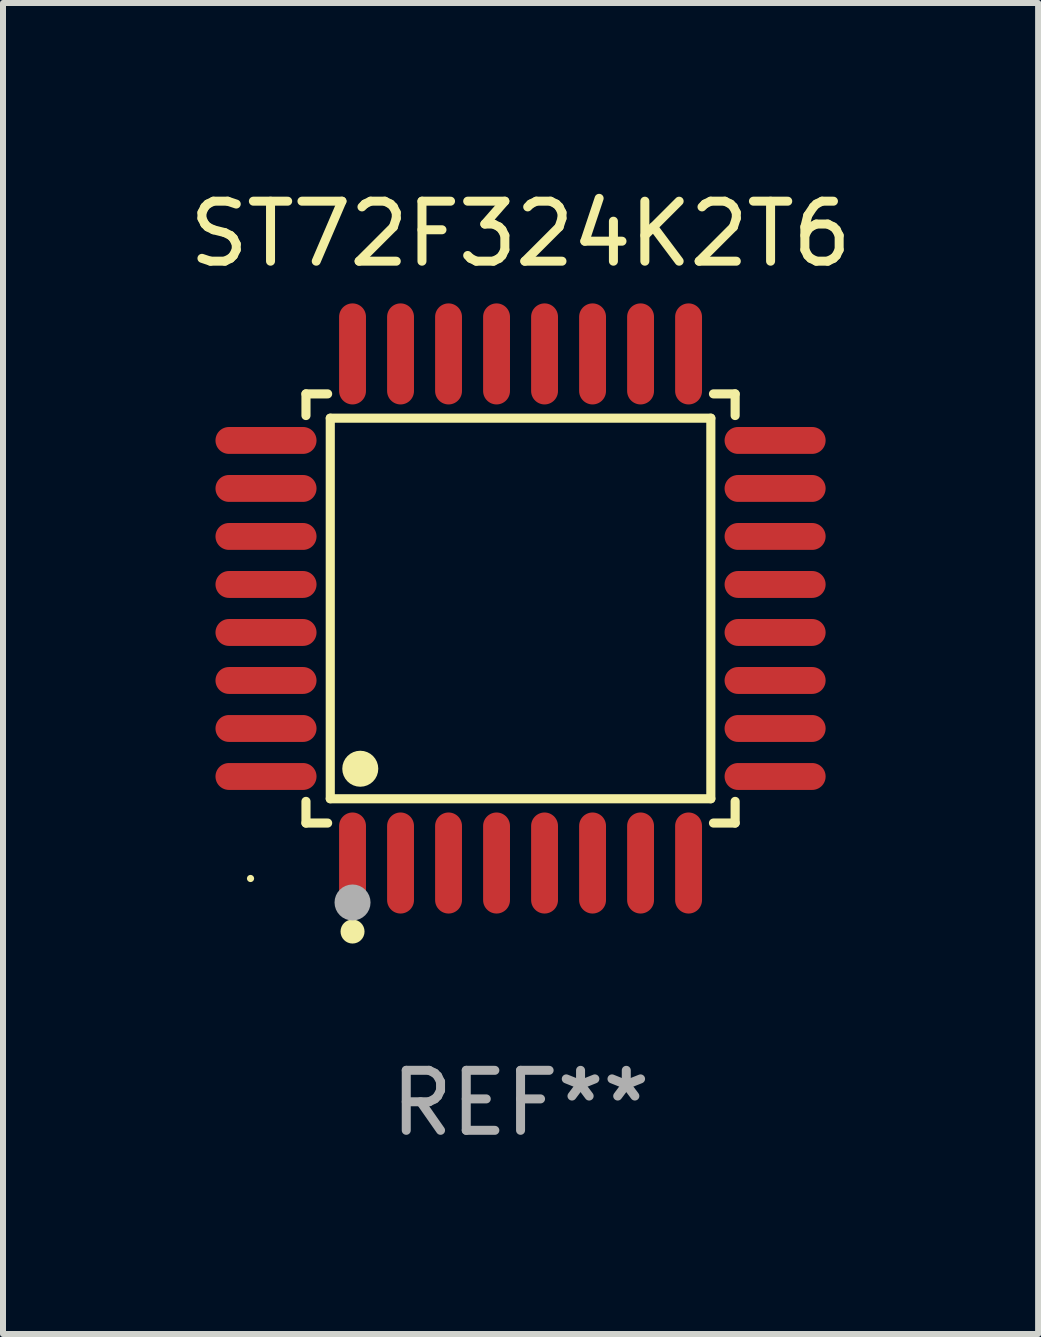
<source format=kicad_pcb>
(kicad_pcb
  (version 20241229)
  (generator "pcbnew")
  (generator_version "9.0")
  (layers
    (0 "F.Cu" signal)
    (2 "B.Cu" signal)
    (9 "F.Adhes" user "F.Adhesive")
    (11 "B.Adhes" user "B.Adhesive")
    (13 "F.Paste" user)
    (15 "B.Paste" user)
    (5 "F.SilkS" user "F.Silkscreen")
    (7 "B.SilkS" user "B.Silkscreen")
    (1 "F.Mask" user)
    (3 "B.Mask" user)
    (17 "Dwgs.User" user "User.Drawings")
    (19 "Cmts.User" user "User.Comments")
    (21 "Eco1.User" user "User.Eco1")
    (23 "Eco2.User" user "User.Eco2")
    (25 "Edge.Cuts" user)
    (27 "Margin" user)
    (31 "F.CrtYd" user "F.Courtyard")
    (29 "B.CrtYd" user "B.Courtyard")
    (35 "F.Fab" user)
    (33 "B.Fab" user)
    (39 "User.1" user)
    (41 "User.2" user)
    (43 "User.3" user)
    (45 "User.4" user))
  (footprint "ST72F324K2T6"
    (layer "F.Cu")
    (at 5.625 7.09)
    (property "Reference" "ST72F324K2T6" (at 0 -6.242 0) (layer "F.SilkS") (effects (font (size 1 1) (thickness 0.15))))
    (attr through_hole)
    (fp_line (start -3.576 -3.576) (end -3.215 -3.576) (stroke (width 0.152) (type solid)) (layer "F.SilkS"))
    (fp_line (start -3.576 -3.215) (end -3.576 -3.576) (stroke (width 0.152) (type solid)) (layer "F.SilkS"))
    (fp_line (start -3.576 3.215) (end -3.576 3.576) (stroke (width 0.152) (type solid)) (layer "F.SilkS"))
    (fp_line (start -3.576 3.576) (end -3.215 3.576) (stroke (width 0.152) (type solid)) (layer "F.SilkS"))
    (fp_line (start -3.171 -3.171) (end 3.171 -3.171) (stroke (width 0.152) (type solid)) (layer "F.SilkS"))
    (fp_line (start -3.171 3.171) (end -3.171 -3.171) (stroke (width 0.152) (type solid)) (layer "F.SilkS"))
    (fp_line (start 3.171 -3.171) (end 3.171 3.171) (stroke (width 0.152) (type solid)) (layer "F.SilkS"))
    (fp_line (start 3.171 3.171) (end -3.171 3.171) (stroke (width 0.152) (type solid)) (layer "F.SilkS"))
    (fp_line (start 3.576 -3.576) (end 3.215 -3.576) (stroke (width 0.152) (type solid)) (layer "F.SilkS"))
    (fp_line (start 3.576 -3.215) (end 3.576 -3.576) (stroke (width 0.152) (type solid)) (layer "F.SilkS"))
    (fp_line (start 3.576 3.215) (end 3.576 3.576) (stroke (width 0.152) (type solid)) (layer "F.SilkS"))
    (fp_line (start 3.576 3.576) (end 3.215 3.576) (stroke (width 0.152) (type solid)) (layer "F.SilkS"))
    (fp_circle (center -4.5 4.5) (end -4.47 4.5) (stroke (width 0.06) (type solid)) (fill no) (layer "F.SilkS"))
    (fp_circle (center -2.8 5.384) (end -2.7 5.384) (stroke (width 0.2) (type solid)) (fill no) (layer "F.SilkS"))
    (fp_circle (center -2.671 2.671) (end -2.521 2.671) (stroke (width 0.3) (type solid)) (fill no) (layer "F.SilkS"))
    (fp_circle (center -2.8 4.9) (end -2.65 4.9) (stroke (width 0.3) (type solid)) (fill no) (layer "F.Fab"))
    (fp_text user "REF**" (at 0 8.242 0) (layer "F.Fab") (effects (font (size 1 1) (thickness 0.15))))
    (pad "1" smd oval (at -2.8 4.242) (size 0.448 1.684) (layers "F.Cu" "F.Mask" "F.Paste"))
    (pad "2" smd oval (at -2 4.242) (size 0.448 1.684) (layers "F.Cu" "F.Mask" "F.Paste"))
    (pad "3" smd oval (at -1.2 4.242) (size 0.448 1.684) (layers "F.Cu" "F.Mask" "F.Paste"))
    (pad "4" smd oval (at -0.4 4.242) (size 0.448 1.684) (layers "F.Cu" "F.Mask" "F.Paste"))
    (pad "5" smd oval (at 0.4 4.242) (size 0.448 1.684) (layers "F.Cu" "F.Mask" "F.Paste"))
    (pad "6" smd oval (at 1.2 4.242) (size 0.448 1.684) (layers "F.Cu" "F.Mask" "F.Paste"))
    (pad "7" smd oval (at 2 4.242) (size 0.448 1.684) (layers "F.Cu" "F.Mask" "F.Paste"))
    (pad "8" smd oval (at 2.8 4.242) (size 0.448 1.684) (layers "F.Cu" "F.Mask" "F.Paste"))
    (pad "9" smd oval (at 4.242 2.8) (size 1.684 0.448) (layers "F.Cu" "F.Mask" "F.Paste"))
    (pad "10" smd oval (at 4.242 2) (size 1.684 0.448) (layers "F.Cu" "F.Mask" "F.Paste"))
    (pad "11" smd oval (at 4.242 1.2) (size 1.684 0.448) (layers "F.Cu" "F.Mask" "F.Paste"))
    (pad "12" smd oval (at 4.242 0.4) (size 1.684 0.448) (layers "F.Cu" "F.Mask" "F.Paste"))
    (pad "13" smd oval (at 4.242 -0.4) (size 1.684 0.448) (layers "F.Cu" "F.Mask" "F.Paste"))
    (pad "14" smd oval (at 4.242 -1.2) (size 1.684 0.448) (layers "F.Cu" "F.Mask" "F.Paste"))
    (pad "15" smd oval (at 4.242 -2) (size 1.684 0.448) (layers "F.Cu" "F.Mask" "F.Paste"))
    (pad "16" smd oval (at 4.242 -2.8) (size 1.684 0.448) (layers "F.Cu" "F.Mask" "F.Paste"))
    (pad "17" smd oval (at 2.8 -4.242) (size 0.448 1.684) (layers "F.Cu" "F.Mask" "F.Paste"))
    (pad "18" smd oval (at 2 -4.242) (size 0.448 1.684) (layers "F.Cu" "F.Mask" "F.Paste"))
    (pad "19" smd oval (at 1.2 -4.242) (size 0.448 1.684) (layers "F.Cu" "F.Mask" "F.Paste"))
    (pad "20" smd oval (at 0.4 -4.242) (size 0.448 1.684) (layers "F.Cu" "F.Mask" "F.Paste"))
    (pad "21" smd oval (at -0.4 -4.242) (size 0.448 1.684) (layers "F.Cu" "F.Mask" "F.Paste"))
    (pad "22" smd oval (at -1.2 -4.242) (size 0.448 1.684) (layers "F.Cu" "F.Mask" "F.Paste"))
    (pad "23" smd oval (at -2 -4.242) (size 0.448 1.684) (layers "F.Cu" "F.Mask" "F.Paste"))
    (pad "24" smd oval (at -2.8 -4.242) (size 0.448 1.684) (layers "F.Cu" "F.Mask" "F.Paste"))
    (pad "25" smd oval (at -4.242 -2.8) (size 1.684 0.448) (layers "F.Cu" "F.Mask" "F.Paste"))
    (pad "26" smd oval (at -4.242 -2) (size 1.684 0.448) (layers "F.Cu" "F.Mask" "F.Paste"))
    (pad "27" smd oval (at -4.242 -1.2) (size 1.684 0.448) (layers "F.Cu" "F.Mask" "F.Paste"))
    (pad "28" smd oval (at -4.242 -0.4) (size 1.684 0.448) (layers "F.Cu" "F.Mask" "F.Paste"))
    (pad "29" smd oval (at -4.242 0.4) (size 1.684 0.448) (layers "F.Cu" "F.Mask" "F.Paste"))
    (pad "30" smd oval (at -4.242 1.2) (size 1.684 0.448) (layers "F.Cu" "F.Mask" "F.Paste"))
    (pad "31" smd oval (at -4.242 2) (size 1.684 0.448) (layers "F.Cu" "F.Mask" "F.Paste"))
    (pad "32" smd oval (at -4.242 2.8) (size 1.684 0.448) (layers "F.Cu" "F.Mask" "F.Paste")))
  (gr_rect
    (start -3 -3)
    (end 14.25 19.181)
    (stroke (width 0.1) (type default))
    (fill no)
    (layer "Edge.Cuts")))
</source>
